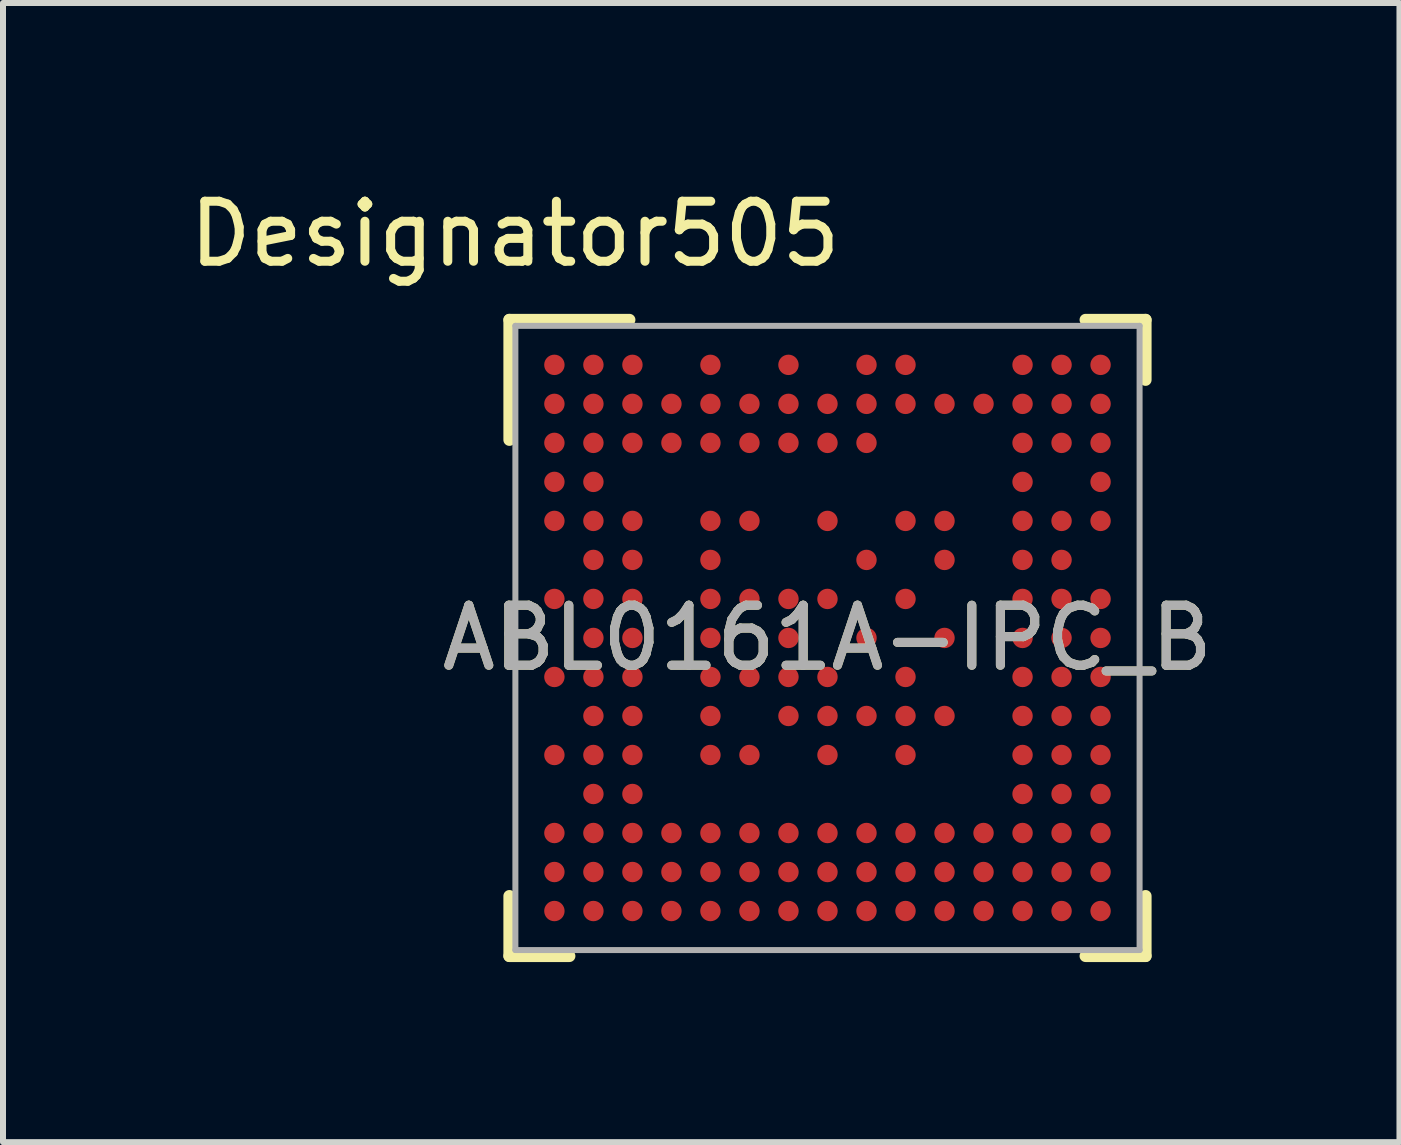
<source format=kicad_pcb>
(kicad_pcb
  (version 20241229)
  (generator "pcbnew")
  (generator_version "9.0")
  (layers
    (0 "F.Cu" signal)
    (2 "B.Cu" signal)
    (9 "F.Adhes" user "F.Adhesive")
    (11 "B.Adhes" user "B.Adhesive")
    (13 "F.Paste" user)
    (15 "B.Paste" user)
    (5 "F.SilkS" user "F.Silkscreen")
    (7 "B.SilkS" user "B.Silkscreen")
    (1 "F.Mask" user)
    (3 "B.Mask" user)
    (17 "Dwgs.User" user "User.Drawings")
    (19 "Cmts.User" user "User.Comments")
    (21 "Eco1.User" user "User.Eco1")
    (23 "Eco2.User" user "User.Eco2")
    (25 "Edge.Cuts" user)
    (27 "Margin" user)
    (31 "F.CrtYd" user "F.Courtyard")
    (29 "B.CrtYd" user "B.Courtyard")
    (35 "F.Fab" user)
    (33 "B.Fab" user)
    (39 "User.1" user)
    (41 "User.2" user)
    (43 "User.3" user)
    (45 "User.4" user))
  (footprint "ABL0161A-IPC_B"
    (layer "F.Cu")
    (at 10.737 7.579)
    (property "Reference" "ABL0161A-IPC_B" (at 0 0 0) (unlocked yes) (layer "F.SilkS") (effects (font (size 1 1) (thickness 0.15))))
    (attr smd)
    (fp_line (start -5.3 -5.3) (end -3.3 -5.3) (stroke (width 0.2) (type solid)) (layer "F.SilkS"))
    (fp_line (start -5.3 -3.3) (end -5.3 -5.3) (stroke (width 0.2) (type solid)) (layer "F.SilkS"))
    (fp_line (start -5.3 5.3) (end -5.3 4.3) (stroke (width 0.2) (type solid)) (layer "F.SilkS"))
    (fp_line (start -5.3 5.3) (end -4.3 5.3) (stroke (width 0.2) (type solid)) (layer "F.SilkS"))
    (fp_line (start 4.3 -5.3) (end 5.3 -5.3) (stroke (width 0.2) (type solid)) (layer "F.SilkS"))
    (fp_line (start 4.3 5.3) (end 5.3 5.3) (stroke (width 0.2) (type solid)) (layer "F.SilkS"))
    (fp_line (start 5.3 -4.3) (end 5.3 -5.3) (stroke (width 0.2) (type solid)) (layer "F.SilkS"))
    (fp_line (start 5.3 5.3) (end 5.3 4.3) (stroke (width 0.2) (type solid)) (layer "F.SilkS"))
    (fp_line (start -5.2 -5.2) (end 5.2 -5.2) (stroke (width 0.1) (type solid)) (layer "F.Fab"))
    (fp_line (start -5.2 5.2) (end -5.2 -5.2) (stroke (width 0.1) (type solid)) (layer "F.Fab"))
    (fp_line (start -5.2 5.2) (end 5.2 5.2) (stroke (width 0.1) (type solid)) (layer "F.Fab"))
    (fp_line (start 5.2 5.2) (end 5.2 -5.2) (stroke (width 0.1) (type solid)) (layer "F.Fab"))
    (fp_text user "Designator505" (at -5.207 -6.731 0) (unlocked yes) (layer "F.SilkS") (effects (font (size 1 1) (thickness 0.15))))
    (fp_text user "${REFERENCE}" (at 0 0 0) (unlocked yes) (layer "F.Fab") (effects (font (size 1 1) (thickness 0.15))))
    (pad "A1" smd circle (at -4.55 -4.55) (size 0.34 0.34) (layers "F.Cu" "F.Mask" "F.Paste"))
    (pad "A2" smd circle (at -3.9 -4.55) (size 0.34 0.34) (layers "F.Cu" "F.Mask" "F.Paste"))
    (pad "A3" smd circle (at -3.25 -4.55) (size 0.34 0.34) (layers "F.Cu" "F.Mask" "F.Paste"))
    (pad "A5" smd circle (at -1.95 -4.55) (size 0.34 0.34) (layers "F.Cu" "F.Mask" "F.Paste"))
    (pad "A7" smd circle (at -0.65 -4.55) (size 0.34 0.34) (layers "F.Cu" "F.Mask" "F.Paste"))
    (pad "A9" smd circle (at 0.65 -4.55) (size 0.34 0.34) (layers "F.Cu" "F.Mask" "F.Paste"))
    (pad "A10" smd circle (at 1.3 -4.55) (size 0.34 0.34) (layers "F.Cu" "F.Mask" "F.Paste"))
    (pad "A13" smd circle (at 3.25 -4.55) (size 0.34 0.34) (layers "F.Cu" "F.Mask" "F.Paste"))
    (pad "A14" smd circle (at 3.9 -4.55) (size 0.34 0.34) (layers "F.Cu" "F.Mask" "F.Paste"))
    (pad "A15" smd circle (at 4.55 -4.55) (size 0.34 0.34) (layers "F.Cu" "F.Mask" "F.Paste"))
    (pad "B1" smd circle (at -4.55 -3.9) (size 0.34 0.34) (layers "F.Cu" "F.Mask" "F.Paste"))
    (pad "B2" smd circle (at -3.9 -3.9) (size 0.34 0.34) (layers "F.Cu" "F.Mask" "F.Paste"))
    (pad "B3" smd circle (at -3.25 -3.9) (size 0.34 0.34) (layers "F.Cu" "F.Mask" "F.Paste"))
    (pad "B4" smd circle (at -2.6 -3.9) (size 0.34 0.34) (layers "F.Cu" "F.Mask" "F.Paste"))
    (pad "B5" smd circle (at -1.95 -3.9) (size 0.34 0.34) (layers "F.Cu" "F.Mask" "F.Paste"))
    (pad "B6" smd circle (at -1.3 -3.9) (size 0.34 0.34) (layers "F.Cu" "F.Mask" "F.Paste"))
    (pad "B7" smd circle (at -0.65 -3.9) (size 0.34 0.34) (layers "F.Cu" "F.Mask" "F.Paste"))
    (pad "B8" smd circle (at 0 -3.9) (size 0.34 0.34) (layers "F.Cu" "F.Mask" "F.Paste"))
    (pad "B9" smd circle (at 0.65 -3.9) (size 0.34 0.34) (layers "F.Cu" "F.Mask" "F.Paste"))
    (pad "B10" smd circle (at 1.3 -3.9) (size 0.34 0.34) (layers "F.Cu" "F.Mask" "F.Paste"))
    (pad "B11" smd circle (at 1.95 -3.9) (size 0.34 0.34) (layers "F.Cu" "F.Mask" "F.Paste"))
    (pad "B12" smd circle (at 2.6 -3.9) (size 0.34 0.34) (layers "F.Cu" "F.Mask" "F.Paste"))
    (pad "B13" smd circle (at 3.25 -3.9) (size 0.34 0.34) (layers "F.Cu" "F.Mask" "F.Paste"))
    (pad "B14" smd circle (at 3.9 -3.9) (size 0.34 0.34) (layers "F.Cu" "F.Mask" "F.Paste"))
    (pad "B15" smd circle (at 4.55 -3.9) (size 0.34 0.34) (layers "F.Cu" "F.Mask" "F.Paste"))
    (pad "C1" smd circle (at -4.55 -3.25) (size 0.34 0.34) (layers "F.Cu" "F.Mask" "F.Paste"))
    (pad "C2" smd circle (at -3.9 -3.25) (size 0.34 0.34) (layers "F.Cu" "F.Mask" "F.Paste"))
    (pad "C3" smd circle (at -3.25 -3.25) (size 0.34 0.34) (layers "F.Cu" "F.Mask" "F.Paste"))
    (pad "C4" smd circle (at -2.6 -3.25) (size 0.34 0.34) (layers "F.Cu" "F.Mask" "F.Paste"))
    (pad "C5" smd circle (at -1.95 -3.25) (size 0.34 0.34) (layers "F.Cu" "F.Mask" "F.Paste"))
    (pad "C6" smd circle (at -1.3 -3.25) (size 0.34 0.34) (layers "F.Cu" "F.Mask" "F.Paste"))
    (pad "C7" smd circle (at -0.65 -3.25) (size 0.34 0.34) (layers "F.Cu" "F.Mask" "F.Paste"))
    (pad "C8" smd circle (at 0 -3.25) (size 0.34 0.34) (layers "F.Cu" "F.Mask" "F.Paste"))
    (pad "C9" smd circle (at 0.65 -3.25) (size 0.34 0.34) (layers "F.Cu" "F.Mask" "F.Paste"))
    (pad "C13" smd circle (at 3.25 -3.25) (size 0.34 0.34) (layers "F.Cu" "F.Mask" "F.Paste"))
    (pad "C14" smd circle (at 3.9 -3.25) (size 0.34 0.34) (layers "F.Cu" "F.Mask" "F.Paste"))
    (pad "C15" smd circle (at 4.55 -3.25) (size 0.34 0.34) (layers "F.Cu" "F.Mask" "F.Paste"))
    (pad "D1" smd circle (at -4.55 -2.6) (size 0.34 0.34) (layers "F.Cu" "F.Mask" "F.Paste"))
    (pad "D2" smd circle (at -3.9 -2.6) (size 0.34 0.34) (layers "F.Cu" "F.Mask" "F.Paste"))
    (pad "D13" smd circle (at 3.25 -2.6) (size 0.34 0.34) (layers "F.Cu" "F.Mask" "F.Paste"))
    (pad "D15" smd circle (at 4.55 -2.6) (size 0.34 0.34) (layers "F.Cu" "F.Mask" "F.Paste"))
    (pad "E1" smd circle (at -4.55 -1.95) (size 0.34 0.34) (layers "F.Cu" "F.Mask" "F.Paste"))
    (pad "E2" smd circle (at -3.9 -1.95) (size 0.34 0.34) (layers "F.Cu" "F.Mask" "F.Paste"))
    (pad "E3" smd circle (at -3.25 -1.95) (size 0.34 0.34) (layers "F.Cu" "F.Mask" "F.Paste"))
    (pad "E5" smd circle (at -1.95 -1.95) (size 0.34 0.34) (layers "F.Cu" "F.Mask" "F.Paste"))
    (pad "E6" smd circle (at -1.3 -1.95) (size 0.34 0.34) (layers "F.Cu" "F.Mask" "F.Paste"))
    (pad "E8" smd circle (at 0 -1.95) (size 0.34 0.34) (layers "F.Cu" "F.Mask" "F.Paste"))
    (pad "E10" smd circle (at 1.3 -1.95) (size 0.34 0.34) (layers "F.Cu" "F.Mask" "F.Paste"))
    (pad "E11" smd circle (at 1.95 -1.95) (size 0.34 0.34) (layers "F.Cu" "F.Mask" "F.Paste"))
    (pad "E13" smd circle (at 3.25 -1.95) (size 0.34 0.34) (layers "F.Cu" "F.Mask" "F.Paste"))
    (pad "E14" smd circle (at 3.9 -1.95) (size 0.34 0.34) (layers "F.Cu" "F.Mask" "F.Paste"))
    (pad "E15" smd circle (at 4.55 -1.95) (size 0.34 0.34) (layers "F.Cu" "F.Mask" "F.Paste"))
    (pad "F2" smd circle (at -3.9 -1.3) (size 0.34 0.34) (layers "F.Cu" "F.Mask" "F.Paste"))
    (pad "F3" smd circle (at -3.25 -1.3) (size 0.34 0.34) (layers "F.Cu" "F.Mask" "F.Paste"))
    (pad "F5" smd circle (at -1.95 -1.3) (size 0.34 0.34) (layers "F.Cu" "F.Mask" "F.Paste"))
    (pad "F9" smd circle (at 0.65 -1.3) (size 0.34 0.34) (layers "F.Cu" "F.Mask" "F.Paste"))
    (pad "F11" smd circle (at 1.95 -1.3) (size 0.34 0.34) (layers "F.Cu" "F.Mask" "F.Paste"))
    (pad "F13" smd circle (at 3.25 -1.3) (size 0.34 0.34) (layers "F.Cu" "F.Mask" "F.Paste"))
    (pad "F14" smd circle (at 3.9 -1.3) (size 0.34 0.34) (layers "F.Cu" "F.Mask" "F.Paste"))
    (pad "G1" smd circle (at -4.55 -0.65) (size 0.34 0.34) (layers "F.Cu" "F.Mask" "F.Paste"))
    (pad "G2" smd circle (at -3.9 -0.65) (size 0.34 0.34) (layers "F.Cu" "F.Mask" "F.Paste"))
    (pad "G3" smd circle (at -3.25 -0.65) (size 0.34 0.34) (layers "F.Cu" "F.Mask" "F.Paste"))
    (pad "G5" smd circle (at -1.95 -0.65) (size 0.34 0.34) (layers "F.Cu" "F.Mask" "F.Paste"))
    (pad "G6" smd circle (at -1.3 -0.65) (size 0.34 0.34) (layers "F.Cu" "F.Mask" "F.Paste"))
    (pad "G7" smd circle (at -0.65 -0.65) (size 0.34 0.34) (layers "F.Cu" "F.Mask" "F.Paste"))
    (pad "G8" smd circle (at 0 -0.65) (size 0.34 0.34) (layers "F.Cu" "F.Mask" "F.Paste"))
    (pad "G10" smd circle (at 1.3 -0.65) (size 0.34 0.34) (layers "F.Cu" "F.Mask" "F.Paste"))
    (pad "G13" smd circle (at 3.25 -0.65) (size 0.34 0.34) (layers "F.Cu" "F.Mask" "F.Paste"))
    (pad "G14" smd circle (at 3.9 -0.65) (size 0.34 0.34) (layers "F.Cu" "F.Mask" "F.Paste"))
    (pad "G15" smd circle (at 4.55 -0.65) (size 0.34 0.34) (layers "F.Cu" "F.Mask" "F.Paste"))
    (pad "H2" smd circle (at -3.9 0) (size 0.34 0.34) (layers "F.Cu" "F.Mask" "F.Paste"))
    (pad "H3" smd circle (at -3.25 0) (size 0.34 0.34) (layers "F.Cu" "F.Mask" "F.Paste"))
    (pad "H5" smd circle (at -1.95 0) (size 0.34 0.34) (layers "F.Cu" "F.Mask" "F.Paste"))
    (pad "H7" smd circle (at -0.65 0) (size 0.34 0.34) (layers "F.Cu" "F.Mask" "F.Paste"))
    (pad "H9" smd circle (at 0.65 0) (size 0.34 0.34) (layers "F.Cu" "F.Mask" "F.Paste"))
    (pad "H11" smd circle (at 1.95 0) (size 0.34 0.34) (layers "F.Cu" "F.Mask" "F.Paste"))
    (pad "H13" smd circle (at 3.25 0) (size 0.34 0.34) (layers "F.Cu" "F.Mask" "F.Paste"))
    (pad "H14" smd circle (at 3.9 0) (size 0.34 0.34) (layers "F.Cu" "F.Mask" "F.Paste"))
    (pad "H15" smd circle (at 4.55 0) (size 0.34 0.34) (layers "F.Cu" "F.Mask" "F.Paste"))
    (pad "J1" smd circle (at -4.55 0.65) (size 0.34 0.34) (layers "F.Cu" "F.Mask" "F.Paste"))
    (pad "J2" smd circle (at -3.9 0.65) (size 0.34 0.34) (layers "F.Cu" "F.Mask" "F.Paste"))
    (pad "J3" smd circle (at -3.25 0.65) (size 0.34 0.34) (layers "F.Cu" "F.Mask" "F.Paste"))
    (pad "J5" smd circle (at -1.95 0.65) (size 0.34 0.34) (layers "F.Cu" "F.Mask" "F.Paste"))
    (pad "J6" smd circle (at -1.3 0.65) (size 0.34 0.34) (layers "F.Cu" "F.Mask" "F.Paste"))
    (pad "J7" smd circle (at -0.65 0.65) (size 0.34 0.34) (layers "F.Cu" "F.Mask" "F.Paste"))
    (pad "J8" smd circle (at 0 0.65) (size 0.34 0.34) (layers "F.Cu" "F.Mask" "F.Paste"))
    (pad "J10" smd circle (at 1.3 0.65) (size 0.34 0.34) (layers "F.Cu" "F.Mask" "F.Paste"))
    (pad "J13" smd circle (at 3.25 0.65) (size 0.34 0.34) (layers "F.Cu" "F.Mask" "F.Paste"))
    (pad "J14" smd circle (at 3.9 0.65) (size 0.34 0.34) (layers "F.Cu" "F.Mask" "F.Paste"))
    (pad "J15" smd circle (at 4.55 0.65) (size 0.34 0.34) (layers "F.Cu" "F.Mask" "F.Paste"))
    (pad "K2" smd circle (at -3.9 1.3) (size 0.34 0.34) (layers "F.Cu" "F.Mask" "F.Paste"))
    (pad "K3" smd circle (at -3.25 1.3) (size 0.34 0.34) (layers "F.Cu" "F.Mask" "F.Paste"))
    (pad "K5" smd circle (at -1.95 1.3) (size 0.34 0.34) (layers "F.Cu" "F.Mask" "F.Paste"))
    (pad "K7" smd circle (at -0.65 1.3) (size 0.34 0.34) (layers "F.Cu" "F.Mask" "F.Paste"))
    (pad "K8" smd circle (at 0 1.3) (size 0.34 0.34) (layers "F.Cu" "F.Mask" "F.Paste"))
    (pad "K9" smd circle (at 0.65 1.3) (size 0.34 0.34) (layers "F.Cu" "F.Mask" "F.Paste"))
    (pad "K10" smd circle (at 1.3 1.3) (size 0.34 0.34) (layers "F.Cu" "F.Mask" "F.Paste"))
    (pad "K11" smd circle (at 1.95 1.3) (size 0.34 0.34) (layers "F.Cu" "F.Mask" "F.Paste"))
    (pad "K13" smd circle (at 3.25 1.3) (size 0.34 0.34) (layers "F.Cu" "F.Mask" "F.Paste"))
    (pad "K14" smd circle (at 3.9 1.3) (size 0.34 0.34) (layers "F.Cu" "F.Mask" "F.Paste"))
    (pad "K15" smd circle (at 4.55 1.3) (size 0.34 0.34) (layers "F.Cu" "F.Mask" "F.Paste"))
    (pad "L1" smd circle (at -4.55 1.95) (size 0.34 0.34) (layers "F.Cu" "F.Mask" "F.Paste"))
    (pad "L2" smd circle (at -3.9 1.95) (size 0.34 0.34) (layers "F.Cu" "F.Mask" "F.Paste"))
    (pad "L3" smd circle (at -3.25 1.95) (size 0.34 0.34) (layers "F.Cu" "F.Mask" "F.Paste"))
    (pad "L5" smd circle (at -1.95 1.95) (size 0.34 0.34) (layers "F.Cu" "F.Mask" "F.Paste"))
    (pad "L6" smd circle (at -1.3 1.95) (size 0.34 0.34) (layers "F.Cu" "F.Mask" "F.Paste"))
    (pad "L8" smd circle (at 0 1.95) (size 0.34 0.34) (layers "F.Cu" "F.Mask" "F.Paste"))
    (pad "L10" smd circle (at 1.3 1.95) (size 0.34 0.34) (layers "F.Cu" "F.Mask" "F.Paste"))
    (pad "L13" smd circle (at 3.25 1.95) (size 0.34 0.34) (layers "F.Cu" "F.Mask" "F.Paste"))
    (pad "L14" smd circle (at 3.9 1.95) (size 0.34 0.34) (layers "F.Cu" "F.Mask" "F.Paste"))
    (pad "L15" smd circle (at 4.55 1.95) (size 0.34 0.34) (layers "F.Cu" "F.Mask" "F.Paste"))
    (pad "M2" smd circle (at -3.9 2.6) (size 0.34 0.34) (layers "F.Cu" "F.Mask" "F.Paste"))
    (pad "M3" smd circle (at -3.25 2.6) (size 0.34 0.34) (layers "F.Cu" "F.Mask" "F.Paste"))
    (pad "M13" smd circle (at 3.25 2.6) (size 0.34 0.34) (layers "F.Cu" "F.Mask" "F.Paste"))
    (pad "M14" smd circle (at 3.9 2.6) (size 0.34 0.34) (layers "F.Cu" "F.Mask" "F.Paste"))
    (pad "M15" smd circle (at 4.55 2.6) (size 0.34 0.34) (layers "F.Cu" "F.Mask" "F.Paste"))
    (pad "N1" smd circle (at -4.55 3.25) (size 0.34 0.34) (layers "F.Cu" "F.Mask" "F.Paste"))
    (pad "N2" smd circle (at -3.9 3.25) (size 0.34 0.34) (layers "F.Cu" "F.Mask" "F.Paste"))
    (pad "N3" smd circle (at -3.25 3.25) (size 0.34 0.34) (layers "F.Cu" "F.Mask" "F.Paste"))
    (pad "N4" smd circle (at -2.6 3.25) (size 0.34 0.34) (layers "F.Cu" "F.Mask" "F.Paste"))
    (pad "N5" smd circle (at -1.95 3.25) (size 0.34 0.34) (layers "F.Cu" "F.Mask" "F.Paste"))
    (pad "N6" smd circle (at -1.3 3.25) (size 0.34 0.34) (layers "F.Cu" "F.Mask" "F.Paste"))
    (pad "N7" smd circle (at -0.65 3.25) (size 0.34 0.34) (layers "F.Cu" "F.Mask" "F.Paste"))
    (pad "N8" smd circle (at 0 3.25) (size 0.34 0.34) (layers "F.Cu" "F.Mask" "F.Paste"))
    (pad "N9" smd circle (at 0.65 3.25) (size 0.34 0.34) (layers "F.Cu" "F.Mask" "F.Paste"))
    (pad "N10" smd circle (at 1.3 3.25) (size 0.34 0.34) (layers "F.Cu" "F.Mask" "F.Paste"))
    (pad "N11" smd circle (at 1.95 3.25) (size 0.34 0.34) (layers "F.Cu" "F.Mask" "F.Paste"))
    (pad "N12" smd circle (at 2.6 3.25) (size 0.34 0.34) (layers "F.Cu" "F.Mask" "F.Paste"))
    (pad "N13" smd circle (at 3.25 3.25) (size 0.34 0.34) (layers "F.Cu" "F.Mask" "F.Paste"))
    (pad "N14" smd circle (at 3.9 3.25) (size 0.34 0.34) (layers "F.Cu" "F.Mask" "F.Paste"))
    (pad "N15" smd circle (at 4.55 3.25) (size 0.34 0.34) (layers "F.Cu" "F.Mask" "F.Paste"))
    (pad "P1" smd circle (at -4.55 3.9) (size 0.34 0.34) (layers "F.Cu" "F.Mask" "F.Paste"))
    (pad "P2" smd circle (at -3.9 3.9) (size 0.34 0.34) (layers "F.Cu" "F.Mask" "F.Paste"))
    (pad "P3" smd circle (at -3.25 3.9) (size 0.34 0.34) (layers "F.Cu" "F.Mask" "F.Paste"))
    (pad "P4" smd circle (at -2.6 3.9) (size 0.34 0.34) (layers "F.Cu" "F.Mask" "F.Paste"))
    (pad "P5" smd circle (at -1.95 3.9) (size 0.34 0.34) (layers "F.Cu" "F.Mask" "F.Paste"))
    (pad "P6" smd circle (at -1.3 3.9) (size 0.34 0.34) (layers "F.Cu" "F.Mask" "F.Paste"))
    (pad "P7" smd circle (at -0.65 3.9) (size 0.34 0.34) (layers "F.Cu" "F.Mask" "F.Paste"))
    (pad "P8" smd circle (at 0 3.9) (size 0.34 0.34) (layers "F.Cu" "F.Mask" "F.Paste"))
    (pad "P9" smd circle (at 0.65 3.9) (size 0.34 0.34) (layers "F.Cu" "F.Mask" "F.Paste"))
    (pad "P10" smd circle (at 1.3 3.9) (size 0.34 0.34) (layers "F.Cu" "F.Mask" "F.Paste"))
    (pad "P11" smd circle (at 1.95 3.9) (size 0.34 0.34) (layers "F.Cu" "F.Mask" "F.Paste"))
    (pad "P12" smd circle (at 2.6 3.9) (size 0.34 0.34) (layers "F.Cu" "F.Mask" "F.Paste"))
    (pad "P13" smd circle (at 3.25 3.9) (size 0.34 0.34) (layers "F.Cu" "F.Mask" "F.Paste"))
    (pad "P14" smd circle (at 3.9 3.9) (size 0.34 0.34) (layers "F.Cu" "F.Mask" "F.Paste"))
    (pad "P15" smd circle (at 4.55 3.9) (size 0.34 0.34) (layers "F.Cu" "F.Mask" "F.Paste"))
    (pad "R1" smd circle (at -4.55 4.55) (size 0.34 0.34) (layers "F.Cu" "F.Mask" "F.Paste"))
    (pad "R2" smd circle (at -3.9 4.55) (size 0.34 0.34) (layers "F.Cu" "F.Mask" "F.Paste"))
    (pad "R3" smd circle (at -3.25 4.55) (size 0.34 0.34) (layers "F.Cu" "F.Mask" "F.Paste"))
    (pad "R4" smd circle (at -2.6 4.55) (size 0.34 0.34) (layers "F.Cu" "F.Mask" "F.Paste"))
    (pad "R5" smd circle (at -1.95 4.55) (size 0.34 0.34) (layers "F.Cu" "F.Mask" "F.Paste"))
    (pad "R6" smd circle (at -1.3 4.55) (size 0.34 0.34) (layers "F.Cu" "F.Mask" "F.Paste"))
    (pad "R7" smd circle (at -0.65 4.55) (size 0.34 0.34) (layers "F.Cu" "F.Mask" "F.Paste"))
    (pad "R8" smd circle (at 0 4.55) (size 0.34 0.34) (layers "F.Cu" "F.Mask" "F.Paste"))
    (pad "R9" smd circle (at 0.65 4.55) (size 0.34 0.34) (layers "F.Cu" "F.Mask" "F.Paste"))
    (pad "R10" smd circle (at 1.3 4.55) (size 0.34 0.34) (layers "F.Cu" "F.Mask" "F.Paste"))
    (pad "R11" smd circle (at 1.95 4.55) (size 0.34 0.34) (layers "F.Cu" "F.Mask" "F.Paste"))
    (pad "R12" smd circle (at 2.6 4.55) (size 0.34 0.34) (layers "F.Cu" "F.Mask" "F.Paste"))
    (pad "R13" smd circle (at 3.25 4.55) (size 0.34 0.34) (layers "F.Cu" "F.Mask" "F.Paste"))
    (pad "R14" smd circle (at 3.9 4.55) (size 0.34 0.34) (layers "F.Cu" "F.Mask" "F.Paste"))
    (pad "R15" smd circle (at 4.55 4.55) (size 0.34 0.34) (layers "F.Cu" "F.Mask" "F.Paste")))
  (gr_rect
    (start -3 -3)
    (end 20.267 15.979)
    (stroke (width 0.1) (type default))
    (fill no)
    (layer "Edge.Cuts")))
</source>
